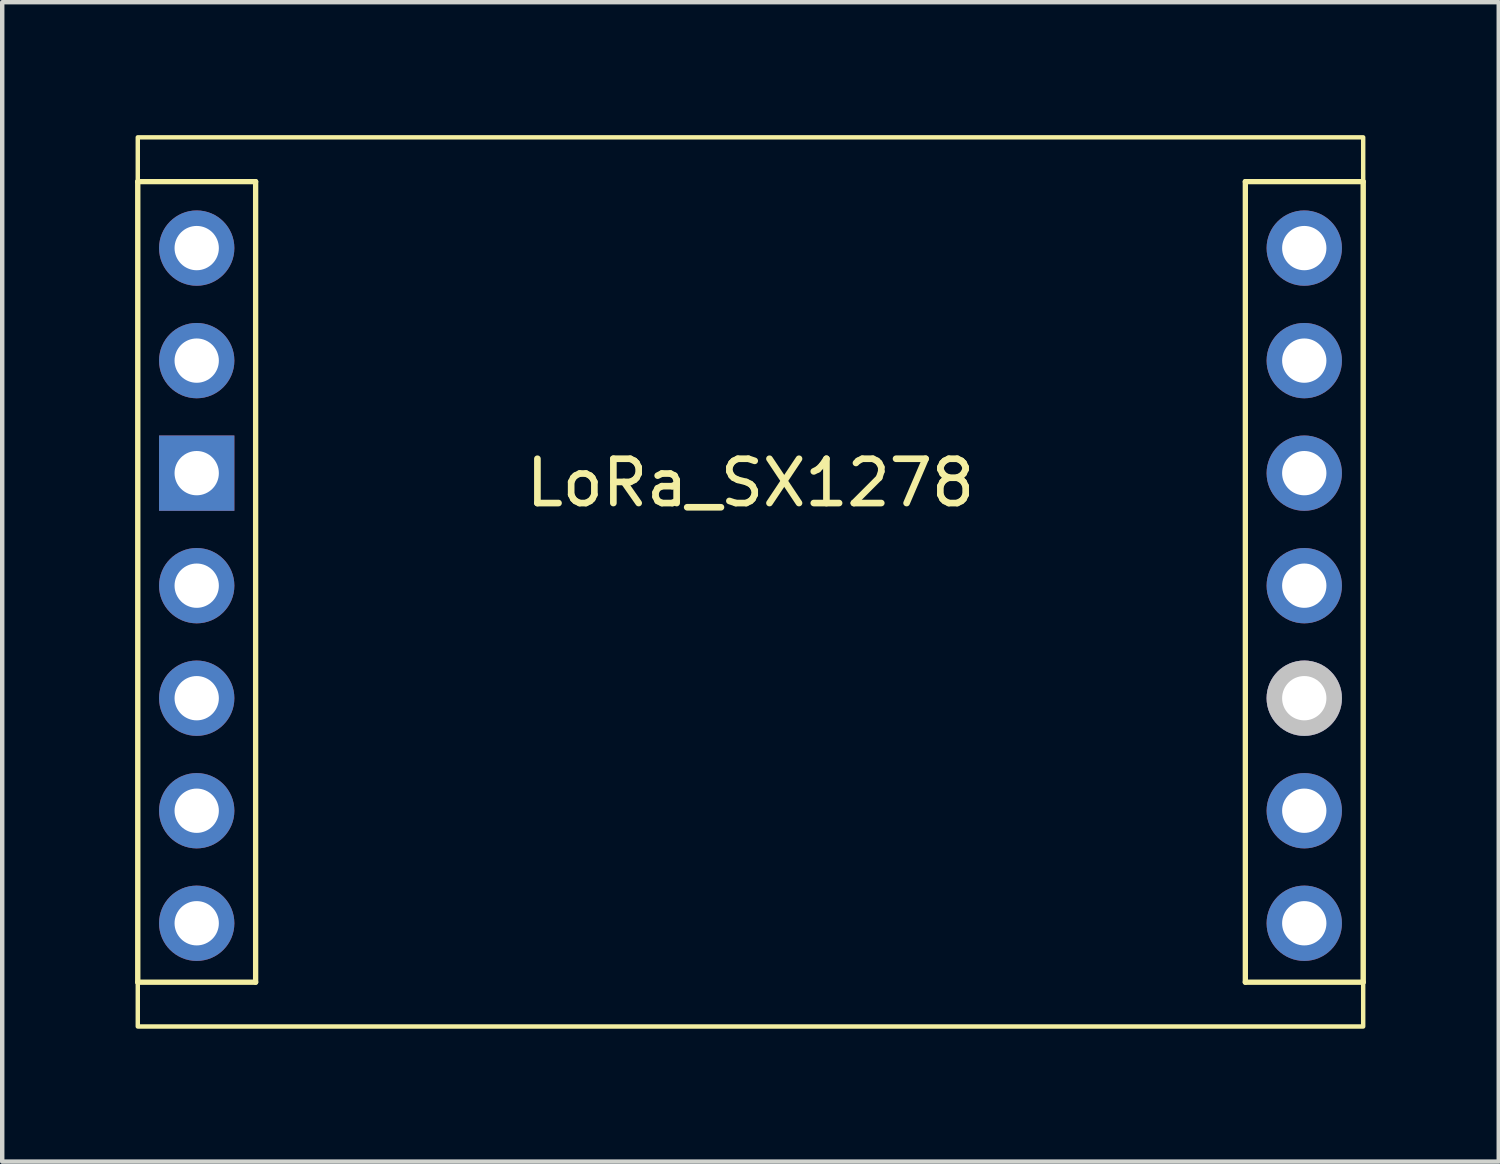
<source format=kicad_pcb>
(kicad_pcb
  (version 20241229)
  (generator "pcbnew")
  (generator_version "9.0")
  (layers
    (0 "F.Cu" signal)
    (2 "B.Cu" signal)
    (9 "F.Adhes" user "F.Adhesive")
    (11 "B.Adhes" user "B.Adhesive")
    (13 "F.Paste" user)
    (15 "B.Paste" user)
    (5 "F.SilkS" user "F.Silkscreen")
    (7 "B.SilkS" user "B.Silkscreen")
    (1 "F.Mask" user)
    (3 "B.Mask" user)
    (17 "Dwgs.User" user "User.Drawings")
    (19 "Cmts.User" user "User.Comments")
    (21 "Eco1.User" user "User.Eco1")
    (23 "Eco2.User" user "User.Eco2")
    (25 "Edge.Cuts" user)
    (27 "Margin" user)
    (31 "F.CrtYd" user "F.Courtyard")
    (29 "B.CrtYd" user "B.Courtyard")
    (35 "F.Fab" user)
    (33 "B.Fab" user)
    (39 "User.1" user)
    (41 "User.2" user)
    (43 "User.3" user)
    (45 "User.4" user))
  (footprint "LoRa_SX1278"
    (layer "F.Cu")
    (at 13.89 10.62)
    (property "Reference" "LoRa_SX1278" (at 0 -2.77 0) (layer "F.SilkS") (effects (font (size 1 1) (thickness 0.15))))
    (attr through_hole)
    (fp_line (start -13.83 -9.57) (end -13.83 8.5) (stroke (width 0.12) (type solid)) (layer "F.SilkS"))
    (fp_line (start -13.83 -9.57) (end -11.17 -9.57) (stroke (width 0.12) (type solid)) (layer "F.SilkS"))
    (fp_line (start -13.83 8.5) (end -11.17 8.5) (stroke (width 0.12) (type solid)) (layer "F.SilkS"))
    (fp_line (start -11.17 -9.57) (end -11.17 8.5) (stroke (width 0.12) (type solid)) (layer "F.SilkS"))
    (fp_line (start 11.17 -9.57) (end 11.17 8.5) (stroke (width 0.12) (type solid)) (layer "F.SilkS"))
    (fp_line (start 11.17 -9.57) (end 13.83 -9.57) (stroke (width 0.12) (type solid)) (layer "F.SilkS"))
    (fp_line (start 11.17 8.5) (end 13.83 8.5) (stroke (width 0.12) (type solid)) (layer "F.SilkS"))
    (fp_line (start 13.83 -9.57) (end 13.83 8.5) (stroke (width 0.12) (type solid)) (layer "F.SilkS"))
    (fp_rect (start -13.83 -10.57) (end 13.83 9.5) (stroke (width 0.1) (type default)) (fill no) (layer "F.SilkS"))
    (pad "1" thru_hole circle (at -12.5 -8.07) (size 1.7 1.7) (drill 1) (layers "*.Cu" "*.Mask"))
    (pad "2" thru_hole circle (at -12.5 -5.53) (size 1.7 1.7) (drill 1) (layers "*.Cu" "*.Mask"))
    (pad "3" thru_hole rect (at -12.5 -2.99) (size 1.7 1.7) (drill 1) (layers "*.Cu" "*.Mask"))
    (pad "4" thru_hole circle (at -12.5 -0.45) (size 1.7 1.7) (drill 1) (layers "*.Cu" "*.Mask"))
    (pad "5" thru_hole circle (at -12.5 2.09) (size 1.7 1.7) (drill 1) (layers "*.Cu" "*.Mask"))
    (pad "6" thru_hole circle (at -12.5 4.63) (size 1.7 1.7) (drill 1) (layers "*.Cu" "*.Mask"))
    (pad "7" thru_hole circle (at -12.5 7.17) (size 1.7 1.7) (drill 1) (layers "*.Cu" "*.Mask"))
    (pad "8" thru_hole circle (at 12.5 -8.07) (size 1.7 1.7) (drill 1) (layers "*.Cu" "*.Mask"))
    (pad "9" thru_hole circle (at 12.5 -5.53) (size 1.7 1.7) (drill 1) (layers "*.Cu" "*.Mask"))
    (pad "10" thru_hole circle (at 12.5 -2.99) (size 1.7 1.7) (drill 1) (layers "*.Cu" "*.Mask"))
    (pad "11" thru_hole circle (at 12.5 -0.45) (size 1.7 1.7) (drill 1) (layers "*.Cu" "*.Mask"))
    (pad "12" thru_hole circle (at 12.5 2.09) (size 1.7 1.7) (drill 1) (layers "*.Cu" "*.Mask" "Dwgs.User"))
    (pad "13" thru_hole circle (at 12.5 4.63) (size 1.7 1.7) (drill 1) (layers "*.Cu" "*.Mask"))
    (pad "14" thru_hole circle (at 12.5 7.17) (size 1.7 1.7) (drill 1) (layers "*.Cu" "*.Mask")))
  (gr_rect
    (start -3 -3)
    (end 30.78 23.17)
    (stroke (width 0.1) (type default))
    (fill no)
    (layer "Edge.Cuts")))
</source>
